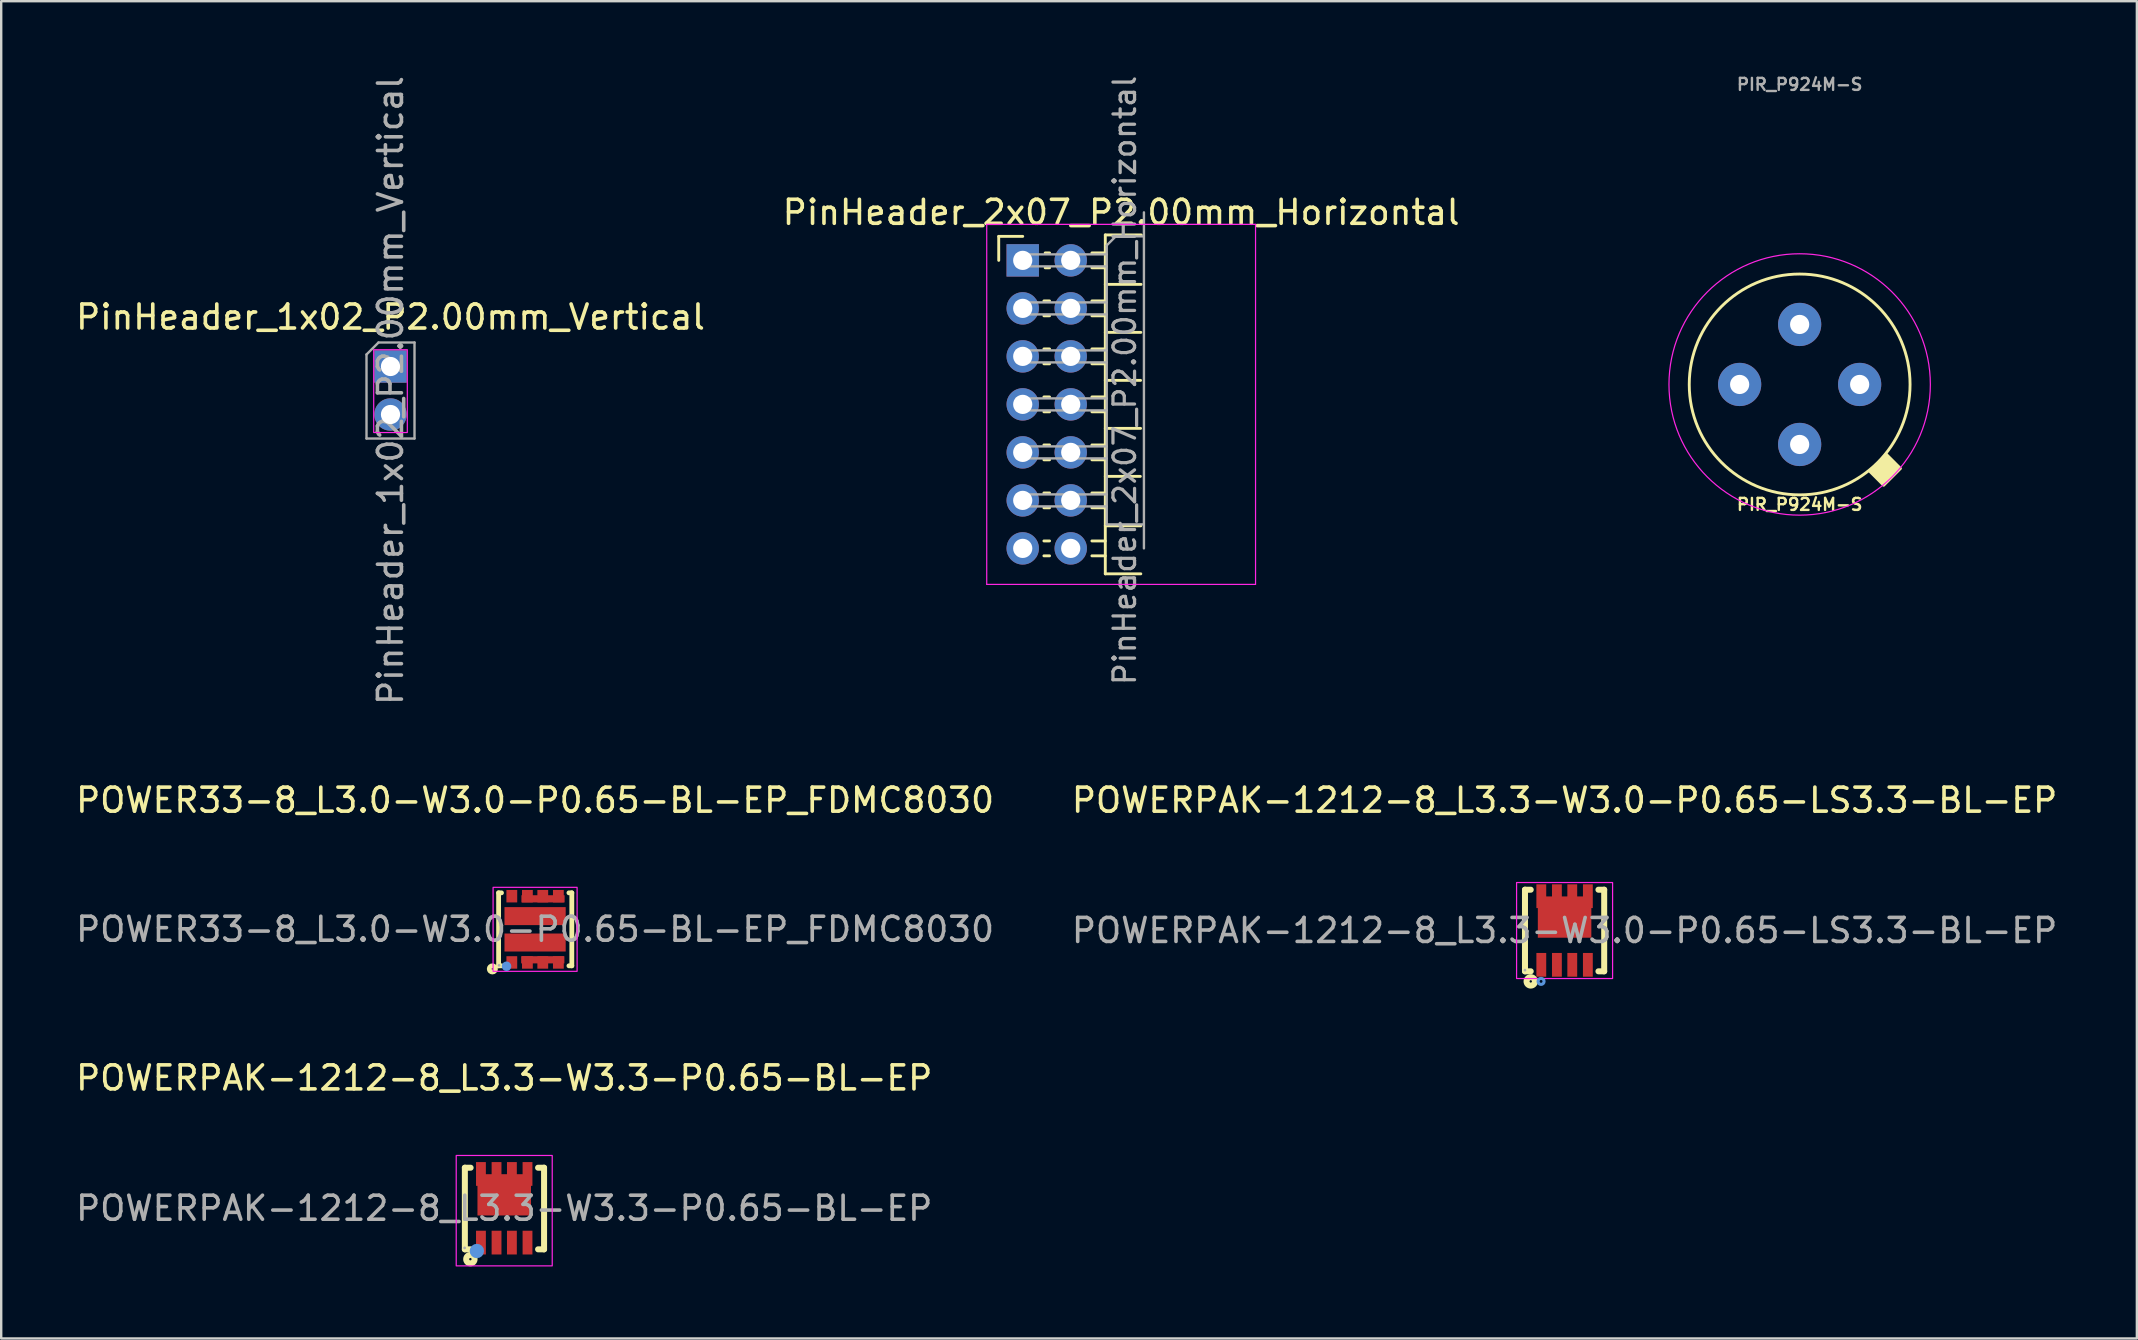
<source format=kicad_pcb>
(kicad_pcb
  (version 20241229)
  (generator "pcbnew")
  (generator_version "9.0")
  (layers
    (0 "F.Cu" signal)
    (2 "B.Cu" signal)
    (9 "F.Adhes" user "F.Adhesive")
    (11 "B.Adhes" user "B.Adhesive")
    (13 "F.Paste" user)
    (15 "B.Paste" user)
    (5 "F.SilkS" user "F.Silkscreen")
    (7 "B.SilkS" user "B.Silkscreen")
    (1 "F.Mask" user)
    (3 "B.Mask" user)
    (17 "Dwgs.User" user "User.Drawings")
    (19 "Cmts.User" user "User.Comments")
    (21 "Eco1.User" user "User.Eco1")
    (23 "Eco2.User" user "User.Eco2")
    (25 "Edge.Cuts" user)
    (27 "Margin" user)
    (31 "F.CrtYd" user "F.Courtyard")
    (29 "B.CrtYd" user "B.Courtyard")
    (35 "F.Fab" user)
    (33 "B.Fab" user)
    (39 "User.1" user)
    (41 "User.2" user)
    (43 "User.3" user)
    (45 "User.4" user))
  (footprint "PinHeader_1x02_P2.00mm_Vertical"
    (layer "F.Cu")
    (at 13.22 12.22)
    (property "Reference" "PinHeader_1x02_P2.00mm_Vertical" (at 0 -2.06 0) (layer "F.SilkS") (effects (font (size 1 1) (thickness 0.15))))
    (attr through_hole)
    (fp_rect (start -0.7 -0.7) (end 0.7 2.75) (stroke (width 0.05) (type default)) (fill no) (layer "F.CrtYd"))
    (fp_line (start -1 -0.5) (end -0.5 -1) (stroke (width 0.1) (type solid)) (layer "F.Fab"))
    (fp_line (start -1 3) (end -1 -0.5) (stroke (width 0.1) (type solid)) (layer "F.Fab"))
    (fp_line (start -0.5 -1) (end 1 -1) (stroke (width 0.1) (type solid)) (layer "F.Fab"))
    (fp_line (start 1 -1) (end 1 3) (stroke (width 0.1) (type solid)) (layer "F.Fab"))
    (fp_line (start 1 3) (end -1 3) (stroke (width 0.1) (type solid)) (layer "F.Fab"))
    (fp_text user "${REFERENCE}" (at 0 1 90) (layer "F.Fab") (effects (font (size 1 1) (thickness 0.15))))
    (pad "1" thru_hole rect (at 0 0) (size 1.35 1.35) (drill 0.8) (layers "*.Cu" "*.Mask"))
    (pad "2" thru_hole oval (at 0 2) (size 1.35 1.35) (drill 0.8) (layers "*.Cu" "*.Mask")))
  (footprint "PIR_P924M-S"
    (layer "F.Cu")
    (at 71.931 12.968)
    (property "Reference" "PIR_P924M-S" (at 0 5 0) (unlocked yes) (layer "F.SilkS") (effects (font (size 0.5 0.5) (thickness 0.1))))
    (attr through_hole)
    (fp_circle (center 0 0) (end 0 4.6) (stroke (width 0.12) (type solid)) (fill no) (layer "F.SilkS"))
    (fp_poly (pts (xy 4.2 3.5) (xy 3.5 4.2) (xy 2.9 3.6) (xy 3.3 3.3) (xy 3.6 2.9)) (stroke (width 0.12) (type solid)) (fill yes) (layer "F.SilkS"))
    (fp_circle (center 0 0) (end 3.9 3.8) (stroke (width 0.05) (type solid)) (fill no) (layer "F.CrtYd"))
    (fp_circle (center 0 0) (end 11 0) (stroke (width 0.1) (type solid)) (fill no) (layer "User.2"))
    (fp_poly (pts (xy 9 7.8) (xy 8.2 8.6) (xy 7.6 8) (xy 8.4 7.2)) (stroke (width 0.1) (type solid)) (fill no) (layer "User.2"))
    (fp_text user "${REFERENCE}" (at 0 -12.5 0) (unlocked yes) (layer "F.Fab") (effects (font (size 0.5 0.5) (thickness 0.1))))
    (pad "1" thru_hole circle (at 0 2.5) (size 1.8 1.8) (drill 0.8) (layers "*.Cu" "*.Mask"))
    (pad "2" thru_hole circle (at 2.5 0) (size 1.8 1.8) (drill 0.8) (layers "*.Cu" "*.Mask"))
    (pad "3" thru_hole circle (at 0 -2.5) (size 1.8 1.8) (drill 0.8) (layers "*.Cu" "*.Mask"))
    (pad "4" thru_hole circle (at -2.5 0) (size 1.8 1.8) (drill 0.8) (layers "*.Cu" "*.Mask")))
  (footprint "POWER33-8_L3.0-W3.0-P0.65-BL-EP_FDMC8030"
    (layer "F.Cu")
    (at 19.244 35.669)
    (property "Reference" "POWER33-8_L3.0-W3.0-P0.65-BL-EP_FDMC8030" (at 0 -5.38 0) (layer "F.SilkS") (effects (font (size 1 1) (thickness 0.15))))
    (attr smd)
    (fp_line (start -1.52 -1.52) (end -1.52 1.52) (stroke (width 0.2) (type solid)) (layer "F.SilkS"))
    (fp_line (start -1.52 1.52) (end -1.4 1.52) (stroke (width 0.2) (type solid)) (layer "F.SilkS"))
    (fp_line (start -1.4 -1.52) (end -1.52 -1.52) (stroke (width 0.2) (type solid)) (layer "F.SilkS"))
    (fp_line (start 1.41 1.52) (end 1.53 1.52) (stroke (width 0.2) (type solid)) (layer "F.SilkS"))
    (fp_line (start 1.53 -1.52) (end 1.41 -1.52) (stroke (width 0.2) (type solid)) (layer "F.SilkS"))
    (fp_line (start 1.53 1.52) (end 1.53 -1.52) (stroke (width 0.2) (type solid)) (layer "F.SilkS"))
    (fp_circle (center -1.78 1.65) (end -1.65 1.65) (stroke (width 0.2) (type solid)) (fill no) (layer "F.SilkS"))
    (fp_circle (center -1.19 1.54) (end -1.09 1.54) (stroke (width 0.2) (type solid)) (fill no) (layer "Cmts.User"))
    (fp_rect (start -1.75 -1.75) (end 1.75 1.75) (stroke (width 0.05) (type default)) (fill no) (layer "F.CrtYd"))
    (fp_circle (center -1.5 1.5) (end -1.47 1.5) (stroke (width 0.06) (type solid)) (fill no) (layer "F.Fab"))
    (fp_text user "${REFERENCE}" (at 0 0 0) (layer "F.Fab") (effects (font (size 1 1) (thickness 0.15))))
    (pad "1" smd rect (at -0.97 1.38) (size 0.45 0.52) (layers "F.Cu" "F.Mask" "F.Paste"))
    (pad "2" smd rect (at -0.32 1.38) (size 0.45 0.52) (layers "F.Cu" "F.Mask" "F.Paste"))
    (pad "3" smd rect (at 0.32 1.38) (size 0.45 0.52) (layers "F.Cu" "F.Mask" "F.Paste"))
    (pad "4" smd rect (at 0.32 1.27 90) (size 0.3 1.8) (layers "F.Cu" "F.Mask" "F.Paste"))
    (pad "4" smd rect (at 0.97 1.38) (size 0.45 0.52) (layers "F.Cu" "F.Mask" "F.Paste"))
    (pad "5" smd rect (at 0.33 -1.27 270) (size 0.3 1.8) (layers "F.Cu" "F.Mask" "F.Paste"))
    (pad "5" smd rect (at 0.97 -1.38) (size 0.45 0.52) (layers "F.Cu" "F.Mask" "F.Paste"))
    (pad "6" smd rect (at 0.32 -1.38) (size 0.45 0.52) (layers "F.Cu" "F.Mask" "F.Paste"))
    (pad "7" smd rect (at -0.32 -1.38) (size 0.45 0.52) (layers "F.Cu" "F.Mask" "F.Paste"))
    (pad "8" smd rect (at -0.97 -1.38) (size 0.45 0.52) (layers "F.Cu" "F.Mask" "F.Paste"))
    (pad "9" smd rect (at 0 0.55) (size 2.55 0.75) (layers "F.Cu" "F.Mask" "F.Paste"))
    (pad "10" smd rect (at 0 -0.55) (size 2.55 0.75) (layers "F.Cu" "F.Mask" "F.Paste")))
  (footprint "POWERPAK-1212-8_L3.3-W3.3-P0.65-BL-EP"
    (layer "F.Cu")
    (at 17.958 47.292)
    (property "Reference" "POWERPAK-1212-8_L3.3-W3.3-P0.65-BL-EP" (at 0 -5.43 0) (layer "F.SilkS") (effects (font (size 1 1) (thickness 0.15))))
    (attr smd)
    (fp_line (start -1.64 -1.69) (end -1.64 1.71) (stroke (width 0.25) (type solid)) (layer "F.SilkS"))
    (fp_line (start -1.64 -1.69) (end -1.4 -1.69) (stroke (width 0.25) (type solid)) (layer "F.SilkS"))
    (fp_line (start -1.64 1.71) (end -1.4 1.71) (stroke (width 0.25) (type solid)) (layer "F.SilkS"))
    (fp_line (start 1.41 -1.69) (end 1.66 -1.69) (stroke (width 0.25) (type solid)) (layer "F.SilkS"))
    (fp_line (start 1.41 1.71) (end 1.66 1.71) (stroke (width 0.25) (type solid)) (layer "F.SilkS"))
    (fp_line (start 1.66 1.71) (end 1.66 -1.69) (stroke (width 0.25) (type solid)) (layer "F.SilkS"))
    (fp_circle (center -1.41 2.12) (end -1.36 2.12) (stroke (width 0.25) (type solid)) (fill no) (layer "F.SilkS"))
    (fp_circle (center -1.14 1.78) (end -0.99 1.78) (stroke (width 0.3) (type solid)) (fill no) (layer "Cmts.User"))
    (fp_rect (start -2 -2.2) (end 2 2.4) (stroke (width 0.05) (type default)) (fill no) (layer "F.CrtYd"))
    (fp_circle (center -1.65 1.65) (end -1.62 1.65) (stroke (width 0.06) (type solid)) (fill no) (layer "F.Fab"))
    (fp_text user "${REFERENCE}" (at 0 0 0) (layer "F.Fab") (effects (font (size 1 1) (thickness 0.15))))
    (pad "1" smd rect (at -0.97 1.43 90) (size 0.99 0.41) (layers "F.Cu" "F.Mask" "F.Paste"))
    (pad "2" smd rect (at -0.32 1.43 90) (size 0.99 0.41) (layers "F.Cu" "F.Mask" "F.Paste"))
    (pad "3" smd rect (at 0.32 1.43 90) (size 0.99 0.41) (layers "F.Cu" "F.Mask" "F.Paste"))
    (pad "4" smd rect (at 0.97 1.43 90) (size 0.99 0.41) (layers "F.Cu" "F.Mask" "F.Paste"))
    (pad "5" smd rect (at 0.97 -1.43 90) (size 0.99 0.41) (layers "F.Cu" "F.Mask" "F.Paste"))
    (pad "6" smd rect (at 0.32 -1.43 90) (size 0.99 0.41) (layers "F.Cu" "F.Mask" "F.Paste"))
    (pad "7" smd rect (at -0.32 -1.43 90) (size 0.99 0.41) (layers "F.Cu" "F.Mask" "F.Paste"))
    (pad "8" smd rect (at -0.97 -1.43 90) (size 0.99 0.41) (layers "F.Cu" "F.Mask" "F.Paste"))
    (pad "9" smd rect (at 0 -0.56 90) (size 1.72 2.23) (layers "F.Cu" "F.Mask" "F.Paste")))
  (footprint "POWERPAK-1212-8_L3.3-W3.0-P0.65-LS3.3-BL-EP"
    (layer "F.Cu")
    (at 62.137 35.719)
    (property "Reference" "POWERPAK-1212-8_L3.3-W3.0-P0.65-LS3.3-BL-EP" (at 0 -5.43 0) (layer "F.SilkS") (effects (font (size 1 1) (thickness 0.15))))
    (attr smd)
    (fp_line (start -1.65 -1.7) (end -1.65 1.7) (stroke (width 0.25) (type solid)) (layer "F.SilkS"))
    (fp_line (start -1.65 -1.7) (end -1.41 -1.7) (stroke (width 0.25) (type solid)) (layer "F.SilkS"))
    (fp_line (start -1.65 1.7) (end -1.41 1.7) (stroke (width 0.25) (type solid)) (layer "F.SilkS"))
    (fp_line (start 1.41 -1.7) (end 1.65 -1.7) (stroke (width 0.25) (type solid)) (layer "F.SilkS"))
    (fp_line (start 1.41 1.7) (end 1.65 1.7) (stroke (width 0.25) (type solid)) (layer "F.SilkS"))
    (fp_line (start 1.65 1.7) (end 1.65 -1.7) (stroke (width 0.25) (type solid)) (layer "F.SilkS"))
    (fp_circle (center -1.41 2.12) (end -1.36 2.12) (stroke (width 0.25) (type solid)) (fill no) (layer "F.SilkS"))
    (fp_circle (center -0.98 2.12) (end -0.92 2.12) (stroke (width 0.13) (type solid)) (fill no) (layer "Cmts.User"))
    (fp_rect (start -2 -2) (end 2 2) (stroke (width 0.05) (type default)) (fill no) (layer "F.CrtYd"))
    (fp_circle (center -1.65 1.65) (end -1.62 1.65) (stroke (width 0.06) (type solid)) (fill no) (layer "F.Fab"))
    (fp_text user "${REFERENCE}" (at 0 0 0) (layer "F.Fab") (effects (font (size 1 1) (thickness 0.15))))
    (pad "1" smd rect (at -0.97 1.43 90) (size 0.99 0.41) (layers "F.Cu" "F.Mask" "F.Paste"))
    (pad "2" smd rect (at -0.32 1.43 90) (size 0.99 0.41) (layers "F.Cu" "F.Mask" "F.Paste"))
    (pad "3" smd rect (at 0.32 1.43 90) (size 0.99 0.41) (layers "F.Cu" "F.Mask" "F.Paste"))
    (pad "4" smd rect (at 0.97 1.43 90) (size 0.99 0.41) (layers "F.Cu" "F.Mask" "F.Paste"))
    (pad "5" smd rect (at 0 -0.56 90) (size 1.72 2.23) (layers "F.Cu" "F.Mask" "F.Paste"))
    (pad "5" smd rect (at 0.97 -1.43 90) (size 0.99 0.41) (layers "F.Cu" "F.Mask" "F.Paste"))
    (pad "6" smd rect (at 0.32 -1.43 90) (size 0.99 0.41) (layers "F.Cu" "F.Mask" "F.Paste"))
    (pad "7" smd rect (at -0.32 -1.43 270) (size 0.99 0.41) (layers "F.Cu" "F.Mask" "F.Paste"))
    (pad "8" smd rect (at -0.97 -1.43 90) (size 0.99 0.41) (layers "F.Cu" "F.Mask" "F.Paste")))
  (footprint "PinHeader_2x07_P2.00mm_Horizontal"
    (layer "F.Cu")
    (at 39.561 7.798)
    (property "Reference" "PinHeader_2x07_P2.00mm_Horizontal" (at 4.1 -2 0) (layer "F.SilkS") (effects (font (size 1 1) (thickness 0.15))))
    (attr through_hole)
    (fp_line (start -1 -1) (end 0 -1) (stroke (width 0.12) (type solid)) (layer "F.SilkS"))
    (fp_line (start -1 0) (end -1 -1) (stroke (width 0.12) (type solid)) (layer "F.SilkS"))
    (fp_line (start 0.882 1.69) (end 1.118 1.69) (stroke (width 0.12) (type solid)) (layer "F.SilkS"))
    (fp_line (start 0.882 2.31) (end 1.118 2.31) (stroke (width 0.12) (type solid)) (layer "F.SilkS"))
    (fp_line (start 0.882 3.69) (end 1.118 3.69) (stroke (width 0.12) (type solid)) (layer "F.SilkS"))
    (fp_line (start 0.882 4.31) (end 1.118 4.31) (stroke (width 0.12) (type solid)) (layer "F.SilkS"))
    (fp_line (start 0.882 5.69) (end 1.118 5.69) (stroke (width 0.12) (type solid)) (layer "F.SilkS"))
    (fp_line (start 0.882 6.31) (end 1.118 6.31) (stroke (width 0.12) (type solid)) (layer "F.SilkS"))
    (fp_line (start 0.882 7.69) (end 1.118 7.69) (stroke (width 0.12) (type solid)) (layer "F.SilkS"))
    (fp_line (start 0.882 8.31) (end 1.118 8.31) (stroke (width 0.12) (type solid)) (layer "F.SilkS"))
    (fp_line (start 0.882 9.69) (end 1.118 9.69) (stroke (width 0.12) (type solid)) (layer "F.SilkS"))
    (fp_line (start 0.882 10.31) (end 1.118 10.31) (stroke (width 0.12) (type solid)) (layer "F.SilkS"))
    (fp_line (start 0.882 11.69) (end 1.118 11.69) (stroke (width 0.12) (type solid)) (layer "F.SilkS"))
    (fp_line (start 0.882 12.31) (end 1.118 12.31) (stroke (width 0.12) (type solid)) (layer "F.SilkS"))
    (fp_line (start 0.935 -0.31) (end 1.118 -0.31) (stroke (width 0.12) (type solid)) (layer "F.SilkS"))
    (fp_line (start 0.935 0.31) (end 1.118 0.31) (stroke (width 0.12) (type solid)) (layer "F.SilkS"))
    (fp_line (start 2.882 -0.31) (end 3.44 -0.31) (stroke (width 0.12) (type solid)) (layer "F.SilkS"))
    (fp_line (start 2.882 0.31) (end 3.44 0.31) (stroke (width 0.12) (type solid)) (layer "F.SilkS"))
    (fp_line (start 2.882 1.69) (end 3.44 1.69) (stroke (width 0.12) (type solid)) (layer "F.SilkS"))
    (fp_line (start 2.882 2.31) (end 3.44 2.31) (stroke (width 0.12) (type solid)) (layer "F.SilkS"))
    (fp_line (start 2.882 3.69) (end 3.44 3.69) (stroke (width 0.12) (type solid)) (layer "F.SilkS"))
    (fp_line (start 2.882 4.31) (end 3.44 4.31) (stroke (width 0.12) (type solid)) (layer "F.SilkS"))
    (fp_line (start 2.882 5.69) (end 3.44 5.69) (stroke (width 0.12) (type solid)) (layer "F.SilkS"))
    (fp_line (start 2.882 6.31) (end 3.44 6.31) (stroke (width 0.12) (type solid)) (layer "F.SilkS"))
    (fp_line (start 2.882 7.69) (end 3.44 7.69) (stroke (width 0.12) (type solid)) (layer "F.SilkS"))
    (fp_line (start 2.882 8.31) (end 3.44 8.31) (stroke (width 0.12) (type solid)) (layer "F.SilkS"))
    (fp_line (start 2.882 9.69) (end 3.44 9.69) (stroke (width 0.12) (type solid)) (layer "F.SilkS"))
    (fp_line (start 2.882 10.31) (end 3.44 10.31) (stroke (width 0.12) (type solid)) (layer "F.SilkS"))
    (fp_line (start 2.882 11.69) (end 3.44 11.69) (stroke (width 0.12) (type solid)) (layer "F.SilkS"))
    (fp_line (start 2.882 12.31) (end 3.44 12.31) (stroke (width 0.12) (type solid)) (layer "F.SilkS"))
    (fp_line (start 3.44 -1.06) (end 3.44 13.06) (stroke (width 0.12) (type solid)) (layer "F.SilkS"))
    (fp_line (start 3.44 1) (end 4.93 1) (stroke (width 0.12) (type solid)) (layer "F.SilkS"))
    (fp_line (start 3.44 3) (end 4.92 3) (stroke (width 0.12) (type solid)) (layer "F.SilkS"))
    (fp_line (start 3.44 5) (end 4.91 5) (stroke (width 0.12) (type solid)) (layer "F.SilkS"))
    (fp_line (start 3.44 7) (end 4.91 7) (stroke (width 0.12) (type solid)) (layer "F.SilkS"))
    (fp_line (start 3.44 9) (end 4.9 9) (stroke (width 0.12) (type solid)) (layer "F.SilkS"))
    (fp_line (start 3.44 11.06) (end 4.92 11.06) (stroke (width 0.12) (type solid)) (layer "F.SilkS"))
    (fp_line (start 3.44 13.06) (end 4.92 13.06) (stroke (width 0.12) (type solid)) (layer "F.SilkS"))
    (fp_line (start 4.94 -1.06) (end 3.44 -1.06) (stroke (width 0.12) (type solid)) (layer "F.SilkS"))
    (fp_line (start -1.5 -1.5) (end -1.5 13.5) (stroke (width 0.05) (type solid)) (layer "F.CrtYd"))
    (fp_line (start -1.5 13.5) (end 9.7 13.5) (stroke (width 0.05) (type solid)) (layer "F.CrtYd"))
    (fp_line (start 9.7 -1.5) (end -1.5 -1.5) (stroke (width 0.05) (type solid)) (layer "F.CrtYd"))
    (fp_line (start 9.7 -1.5) (end 9.7 13.5) (stroke (width 0.05) (type default)) (layer "F.CrtYd"))
    (fp_line (start -0.25 -0.25) (end -0.25 0.25) (stroke (width 0.1) (type solid)) (layer "F.Fab"))
    (fp_line (start -0.25 -0.25) (end 3.5 -0.25) (stroke (width 0.1) (type solid)) (layer "F.Fab"))
    (fp_line (start -0.25 0.25) (end 3.5 0.25) (stroke (width 0.1) (type solid)) (layer "F.Fab"))
    (fp_line (start -0.25 1.75) (end -0.25 2.25) (stroke (width 0.1) (type solid)) (layer "F.Fab"))
    (fp_line (start -0.25 1.75) (end 3.5 1.75) (stroke (width 0.1) (type solid)) (layer "F.Fab"))
    (fp_line (start -0.25 2.25) (end 3.5 2.25) (stroke (width 0.1) (type solid)) (layer "F.Fab"))
    (fp_line (start -0.25 3.75) (end -0.25 4.25) (stroke (width 0.1) (type solid)) (layer "F.Fab"))
    (fp_line (start -0.25 3.75) (end 3.5 3.75) (stroke (width 0.1) (type solid)) (layer "F.Fab"))
    (fp_line (start -0.25 4.25) (end 3.5 4.25) (stroke (width 0.1) (type solid)) (layer "F.Fab"))
    (fp_line (start -0.25 5.75) (end -0.25 6.25) (stroke (width 0.1) (type solid)) (layer "F.Fab"))
    (fp_line (start -0.25 5.75) (end 3.5 5.75) (stroke (width 0.1) (type solid)) (layer "F.Fab"))
    (fp_line (start -0.25 6.25) (end 3.5 6.25) (stroke (width 0.1) (type solid)) (layer "F.Fab"))
    (fp_line (start -0.25 7.75) (end -0.25 8.25) (stroke (width 0.1) (type solid)) (layer "F.Fab"))
    (fp_line (start -0.25 7.75) (end 3.5 7.75) (stroke (width 0.1) (type solid)) (layer "F.Fab"))
    (fp_line (start -0.25 8.25) (end 3.5 8.25) (stroke (width 0.1) (type solid)) (layer "F.Fab"))
    (fp_line (start -0.25 9.75) (end -0.25 10.25) (stroke (width 0.1) (type solid)) (layer "F.Fab"))
    (fp_line (start -0.25 9.75) (end 3.5 9.75) (stroke (width 0.1) (type solid)) (layer "F.Fab"))
    (fp_line (start -0.25 10.25) (end 3.5 10.25) (stroke (width 0.1) (type solid)) (layer "F.Fab"))
    (fp_line (start 3.5 -0.625) (end 3.875 -1) (stroke (width 0.1) (type solid)) (layer "F.Fab"))
    (fp_line (start 3.5 11) (end 3.5 -0.625) (stroke (width 0.1) (type solid)) (layer "F.Fab"))
    (fp_line (start 3.875 -1) (end 5 -1) (stroke (width 0.1) (type solid)) (layer "F.Fab"))
    (fp_line (start 5 11) (end 3.5 11) (stroke (width 0.1) (type solid)) (layer "F.Fab"))
    (fp_line (start 5.05 -2) (end 5.05 12) (stroke (width 0.1) (type default)) (layer "F.Fab"))
    (fp_text user "${REFERENCE}" (at 4.25 5 90) (layer "F.Fab") (effects (font (size 0.9 0.9) (thickness 0.135))))
    (pad "1" thru_hole rect (at 0 0) (size 1.35 1.35) (drill 0.8) (layers "*.Cu" "*.Mask"))
    (pad "2" thru_hole oval (at 2 0) (size 1.35 1.35) (drill 0.8) (layers "*.Cu" "*.Mask"))
    (pad "3" thru_hole oval (at 0 2) (size 1.35 1.35) (drill 0.8) (layers "*.Cu" "*.Mask"))
    (pad "4" thru_hole oval (at 2 2) (size 1.35 1.35) (drill 0.8) (layers "*.Cu" "*.Mask"))
    (pad "5" thru_hole oval (at 0 4) (size 1.35 1.35) (drill 0.8) (layers "*.Cu" "*.Mask"))
    (pad "6" thru_hole oval (at 2 4) (size 1.35 1.35) (drill 0.8) (layers "*.Cu" "*.Mask"))
    (pad "7" thru_hole oval (at 0 6) (size 1.35 1.35) (drill 0.8) (layers "*.Cu" "*.Mask"))
    (pad "8" thru_hole oval (at 2 6) (size 1.35 1.35) (drill 0.8) (layers "*.Cu" "*.Mask"))
    (pad "9" thru_hole oval (at 0 8) (size 1.35 1.35) (drill 0.8) (layers "*.Cu" "*.Mask"))
    (pad "10" thru_hole oval (at 2 8) (size 1.35 1.35) (drill 0.8) (layers "*.Cu" "*.Mask"))
    (pad "11" thru_hole oval (at 0 10) (size 1.35 1.35) (drill 0.8) (layers "*.Cu" "*.Mask"))
    (pad "12" thru_hole oval (at 2 10) (size 1.35 1.35) (drill 0.8) (layers "*.Cu" "*.Mask"))
    (pad "13" thru_hole oval (at 0 12) (size 1.35 1.35) (drill 0.8) (layers "*.Cu" "*.Mask"))
    (pad "14" thru_hole oval (at 2 12) (size 1.35 1.35) (drill 0.8) (layers "*.Cu" "*.Mask")))
  (gr_rect
    (start -3 -3)
    (end 85.981 52.717)
    (stroke (width 0.1) (type default))
    (fill no)
    (layer "Edge.Cuts")))
</source>
